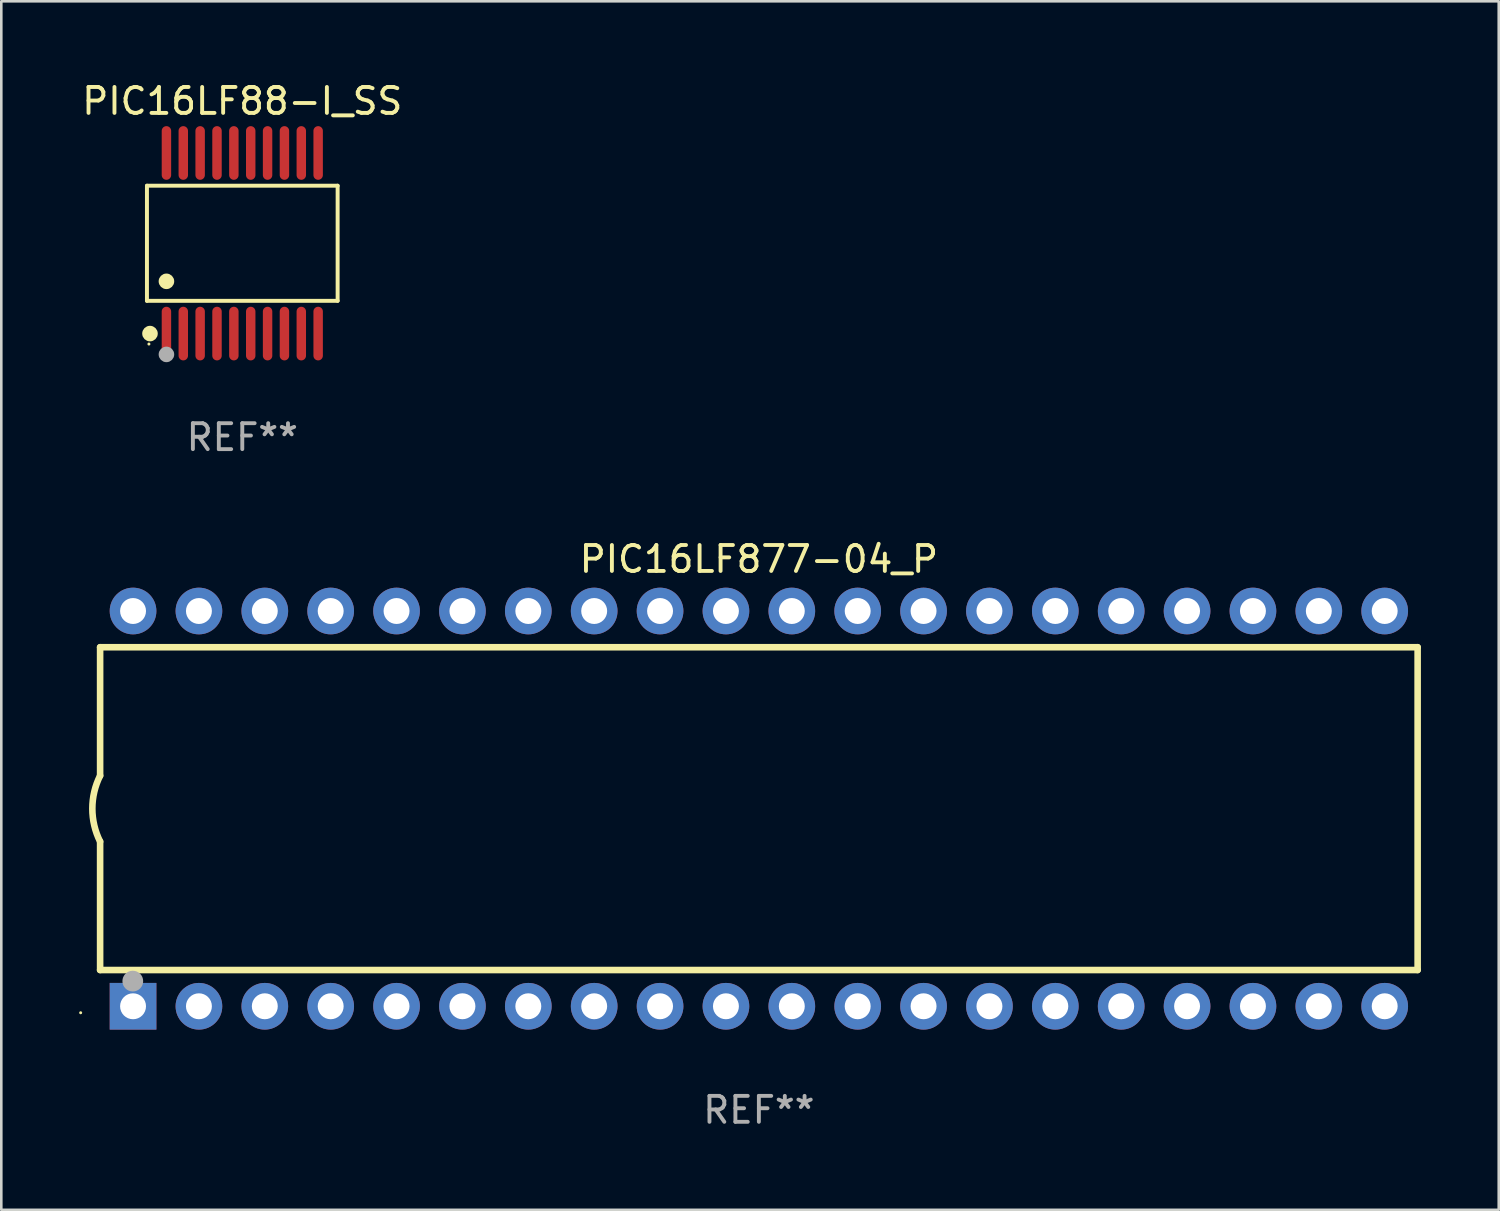
<source format=kicad_pcb>
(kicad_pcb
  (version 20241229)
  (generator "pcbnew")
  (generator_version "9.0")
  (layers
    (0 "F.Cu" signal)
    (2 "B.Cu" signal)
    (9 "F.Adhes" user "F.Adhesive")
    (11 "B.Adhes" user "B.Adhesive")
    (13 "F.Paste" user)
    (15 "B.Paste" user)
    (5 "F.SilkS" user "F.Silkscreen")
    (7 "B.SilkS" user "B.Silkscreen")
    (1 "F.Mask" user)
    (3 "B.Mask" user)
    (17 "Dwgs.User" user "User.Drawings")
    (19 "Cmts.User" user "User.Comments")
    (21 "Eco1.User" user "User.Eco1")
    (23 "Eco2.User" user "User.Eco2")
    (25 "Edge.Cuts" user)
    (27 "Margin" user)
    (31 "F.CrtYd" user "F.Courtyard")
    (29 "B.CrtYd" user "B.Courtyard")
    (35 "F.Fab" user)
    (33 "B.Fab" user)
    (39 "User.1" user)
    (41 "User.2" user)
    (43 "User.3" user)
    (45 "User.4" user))
  (footprint "PIC16LF877-04_P"
    (layer "F.Cu")
    (at 26.21 28.129)
    (property "Reference" "PIC16LF877-04_P" (at 0 -9.62 0) (layer "F.SilkS") (effects (font (size 1 1) (thickness 0.15))))
    (attr through_hole)
    (fp_line (start -25.4 -6.224) (end -25.4 -1.271) (stroke (width 0.254) (type solid)) (layer "F.SilkS"))
    (fp_line (start -25.4 -6.224) (end 25.4 -6.224) (stroke (width 0.254) (type solid)) (layer "F.SilkS"))
    (fp_line (start -25.4 1.269) (end -25.4 6.222) (stroke (width 0.254) (type solid)) (layer "F.SilkS"))
    (fp_line (start -25.4 6.222) (end 25.4 6.222) (stroke (width 0.254) (type solid)) (layer "F.SilkS"))
    (fp_line (start 25.4 6.222) (end 25.4 -6.224) (stroke (width 0.254) (type solid)) (layer "F.SilkS"))
    (fp_arc (start -25.4 1.269241) (mid -25.699807 -0.000762) (end -25.4 -1.270765) (stroke (width 0.254001) (type solid)) (layer "F.SilkS"))
    (fp_circle (center -26.15 7.87) (end -26.12 7.87) (stroke (width 0.06) (type solid)) (fill no) (layer "F.SilkS"))
    (fp_circle (center -24.14 6.65) (end -23.94 6.65) (stroke (width 0.4) (type solid)) (fill no) (layer "F.Fab"))
    (fp_text user "REF**" (at 0 11.62 0) (layer "F.Fab") (effects (font (size 1 1) (thickness 0.15))))
    (pad "1" thru_hole rect (at -24.13 7.62 90) (size 1.8 1.8) (drill 1) (layers "*.Cu" "*.Mask"))
    (pad "2" thru_hole circle (at -21.59 7.62) (size 1.8 1.8) (drill 1) (layers "*.Cu" "*.Mask"))
    (pad "3" thru_hole circle (at -19.05 7.62) (size 1.8 1.8) (drill 1) (layers "*.Cu" "*.Mask"))
    (pad "4" thru_hole circle (at -16.51 7.62) (size 1.8 1.8) (drill 1) (layers "*.Cu" "*.Mask"))
    (pad "5" thru_hole circle (at -13.97 7.62) (size 1.8 1.8) (drill 1) (layers "*.Cu" "*.Mask"))
    (pad "6" thru_hole circle (at -11.43 7.62) (size 1.8 1.8) (drill 1) (layers "*.Cu" "*.Mask"))
    (pad "7" thru_hole circle (at -8.89 7.62) (size 1.8 1.8) (drill 1) (layers "*.Cu" "*.Mask"))
    (pad "8" thru_hole circle (at -6.35 7.62) (size 1.8 1.8) (drill 1) (layers "*.Cu" "*.Mask"))
    (pad "9" thru_hole circle (at -3.81 7.62) (size 1.8 1.8) (drill 1) (layers "*.Cu" "*.Mask"))
    (pad "10" thru_hole circle (at -1.27 7.62) (size 1.8 1.8) (drill 1) (layers "*.Cu" "*.Mask"))
    (pad "11" thru_hole circle (at 1.27 7.62) (size 1.8 1.8) (drill 1) (layers "*.Cu" "*.Mask"))
    (pad "12" thru_hole circle (at 3.81 7.62) (size 1.8 1.8) (drill 1) (layers "*.Cu" "*.Mask"))
    (pad "13" thru_hole circle (at 6.35 7.62) (size 1.8 1.8) (drill 1) (layers "*.Cu" "*.Mask"))
    (pad "14" thru_hole circle (at 8.89 7.62) (size 1.8 1.8) (drill 1) (layers "*.Cu" "*.Mask"))
    (pad "15" thru_hole circle (at 11.43 7.62) (size 1.8 1.8) (drill 1) (layers "*.Cu" "*.Mask"))
    (pad "16" thru_hole circle (at 13.97 7.62) (size 1.8 1.8) (drill 1) (layers "*.Cu" "*.Mask"))
    (pad "17" thru_hole circle (at 16.51 7.62) (size 1.8 1.8) (drill 1) (layers "*.Cu" "*.Mask"))
    (pad "18" thru_hole circle (at 19.05 7.62) (size 1.8 1.8) (drill 1) (layers "*.Cu" "*.Mask"))
    (pad "19" thru_hole circle (at 21.59 7.62) (size 1.8 1.8) (drill 1) (layers "*.Cu" "*.Mask"))
    (pad "20" thru_hole circle (at 24.13 7.62) (size 1.8 1.8) (drill 1) (layers "*.Cu" "*.Mask"))
    (pad "21" thru_hole circle (at 24.13 -7.62) (size 1.8 1.8) (drill 1) (layers "*.Cu" "*.Mask"))
    (pad "22" thru_hole circle (at 21.59 -7.62) (size 1.8 1.8) (drill 1) (layers "*.Cu" "*.Mask"))
    (pad "23" thru_hole circle (at 19.05 -7.62) (size 1.8 1.8) (drill 1) (layers "*.Cu" "*.Mask"))
    (pad "24" thru_hole circle (at 16.51 -7.62) (size 1.8 1.8) (drill 1) (layers "*.Cu" "*.Mask"))
    (pad "25" thru_hole circle (at 13.97 -7.62) (size 1.8 1.8) (drill 1) (layers "*.Cu" "*.Mask"))
    (pad "26" thru_hole circle (at 11.43 -7.62) (size 1.8 1.8) (drill 1) (layers "*.Cu" "*.Mask"))
    (pad "27" thru_hole circle (at 8.89 -7.62) (size 1.8 1.8) (drill 1) (layers "*.Cu" "*.Mask"))
    (pad "28" thru_hole circle (at 6.35 -7.62) (size 1.8 1.8) (drill 1) (layers "*.Cu" "*.Mask"))
    (pad "29" thru_hole circle (at 3.81 -7.62) (size 1.8 1.8) (drill 1) (layers "*.Cu" "*.Mask"))
    (pad "30" thru_hole circle (at 1.27 -7.62) (size 1.8 1.8) (drill 1) (layers "*.Cu" "*.Mask"))
    (pad "31" thru_hole circle (at -1.27 -7.62) (size 1.8 1.8) (drill 1) (layers "*.Cu" "*.Mask"))
    (pad "32" thru_hole circle (at -3.81 -7.62) (size 1.8 1.8) (drill 1) (layers "*.Cu" "*.Mask"))
    (pad "33" thru_hole circle (at -6.35 -7.62) (size 1.8 1.8) (drill 1) (layers "*.Cu" "*.Mask"))
    (pad "34" thru_hole circle (at -8.89 -7.62) (size 1.8 1.8) (drill 1) (layers "*.Cu" "*.Mask"))
    (pad "35" thru_hole circle (at -11.43 -7.62) (size 1.8 1.8) (drill 1) (layers "*.Cu" "*.Mask"))
    (pad "36" thru_hole circle (at -13.97 -7.62) (size 1.8 1.8) (drill 1) (layers "*.Cu" "*.Mask"))
    (pad "37" thru_hole circle (at -16.51 -7.62) (size 1.8 1.8) (drill 1) (layers "*.Cu" "*.Mask"))
    (pad "38" thru_hole circle (at -19.05 -7.62) (size 1.8 1.8) (drill 1) (layers "*.Cu" "*.Mask"))
    (pad "39" thru_hole circle (at -21.59 -7.62) (size 1.8 1.8) (drill 1) (layers "*.Cu" "*.Mask"))
    (pad "40" thru_hole circle (at -24.13 -7.62) (size 1.8 1.8) (drill 1) (layers "*.Cu" "*.Mask")))
  (footprint "PIC16LF88-I_SS"
    (layer "F.Cu")
    (at 6.292 6.33)
    (property "Reference" "PIC16LF88-I_SS" (at 0 -5.482 0) (layer "F.SilkS") (effects (font (size 1 1) (thickness 0.15))))
    (attr through_hole)
    (fp_line (start -3.676 -2.219) (end 3.676 -2.219) (stroke (width 0.152) (type solid)) (layer "F.SilkS"))
    (fp_line (start -3.676 2.219) (end -3.676 -2.219) (stroke (width 0.152) (type solid)) (layer "F.SilkS"))
    (fp_line (start 3.676 -2.219) (end 3.676 2.219) (stroke (width 0.152) (type solid)) (layer "F.SilkS"))
    (fp_line (start 3.676 2.219) (end -3.676 2.219) (stroke (width 0.152) (type solid)) (layer "F.SilkS"))
    (fp_circle (center -3.6 3.885) (end -3.57 3.885) (stroke (width 0.06) (type solid)) (fill no) (layer "F.SilkS"))
    (fp_circle (center -3.559 3.482) (end -3.409 3.482) (stroke (width 0.3) (type solid)) (fill no) (layer "F.SilkS"))
    (fp_circle (center -2.925 1.467) (end -2.775 1.467) (stroke (width 0.3) (type solid)) (fill no) (layer "F.SilkS"))
    (fp_circle (center -2.925 4.285) (end -2.775 4.285) (stroke (width 0.3) (type solid)) (fill no) (layer "F.Fab"))
    (fp_text user "REF**" (at 0 7.482 0) (layer "F.Fab") (effects (font (size 1 1) (thickness 0.15))))
    (pad "1" smd oval (at -2.925 3.482) (size 0.364 2.069) (layers "F.Cu" "F.Mask" "F.Paste"))
    (pad "2" smd oval (at -2.275 3.482) (size 0.364 2.069) (layers "F.Cu" "F.Mask" "F.Paste"))
    (pad "3" smd oval (at -1.625 3.482) (size 0.364 2.069) (layers "F.Cu" "F.Mask" "F.Paste"))
    (pad "4" smd oval (at -0.975 3.482) (size 0.364 2.069) (layers "F.Cu" "F.Mask" "F.Paste"))
    (pad "5" smd oval (at -0.325 3.482) (size 0.364 2.069) (layers "F.Cu" "F.Mask" "F.Paste"))
    (pad "6" smd oval (at 0.325 3.482) (size 0.364 2.069) (layers "F.Cu" "F.Mask" "F.Paste"))
    (pad "7" smd oval (at 0.975 3.482) (size 0.364 2.069) (layers "F.Cu" "F.Mask" "F.Paste"))
    (pad "8" smd oval (at 1.625 3.482) (size 0.364 2.069) (layers "F.Cu" "F.Mask" "F.Paste"))
    (pad "9" smd oval (at 2.275 3.482) (size 0.364 2.069) (layers "F.Cu" "F.Mask" "F.Paste"))
    (pad "10" smd oval (at 2.925 3.482) (size 0.364 2.069) (layers "F.Cu" "F.Mask" "F.Paste"))
    (pad "11" smd oval (at 2.925 -3.482) (size 0.364 2.069) (layers "F.Cu" "F.Mask" "F.Paste"))
    (pad "12" smd oval (at 2.275 -3.482) (size 0.364 2.069) (layers "F.Cu" "F.Mask" "F.Paste"))
    (pad "13" smd oval (at 1.625 -3.482) (size 0.364 2.069) (layers "F.Cu" "F.Mask" "F.Paste"))
    (pad "14" smd oval (at 0.975 -3.482) (size 0.364 2.069) (layers "F.Cu" "F.Mask" "F.Paste"))
    (pad "15" smd oval (at 0.325 -3.482) (size 0.364 2.069) (layers "F.Cu" "F.Mask" "F.Paste"))
    (pad "16" smd oval (at -0.325 -3.482) (size 0.364 2.069) (layers "F.Cu" "F.Mask" "F.Paste"))
    (pad "17" smd oval (at -0.975 -3.482) (size 0.364 2.069) (layers "F.Cu" "F.Mask" "F.Paste"))
    (pad "18" smd oval (at -1.625 -3.482) (size 0.364 2.069) (layers "F.Cu" "F.Mask" "F.Paste"))
    (pad "19" smd oval (at -2.275 -3.482) (size 0.364 2.069) (layers "F.Cu" "F.Mask" "F.Paste"))
    (pad "20" smd oval (at -2.925 -3.482) (size 0.364 2.069) (layers "F.Cu" "F.Mask" "F.Paste")))
  (gr_rect
    (start -3 -3)
    (end 54.737 43.597)
    (stroke (width 0.1) (type default))
    (fill no)
    (layer "Edge.Cuts")))
</source>
